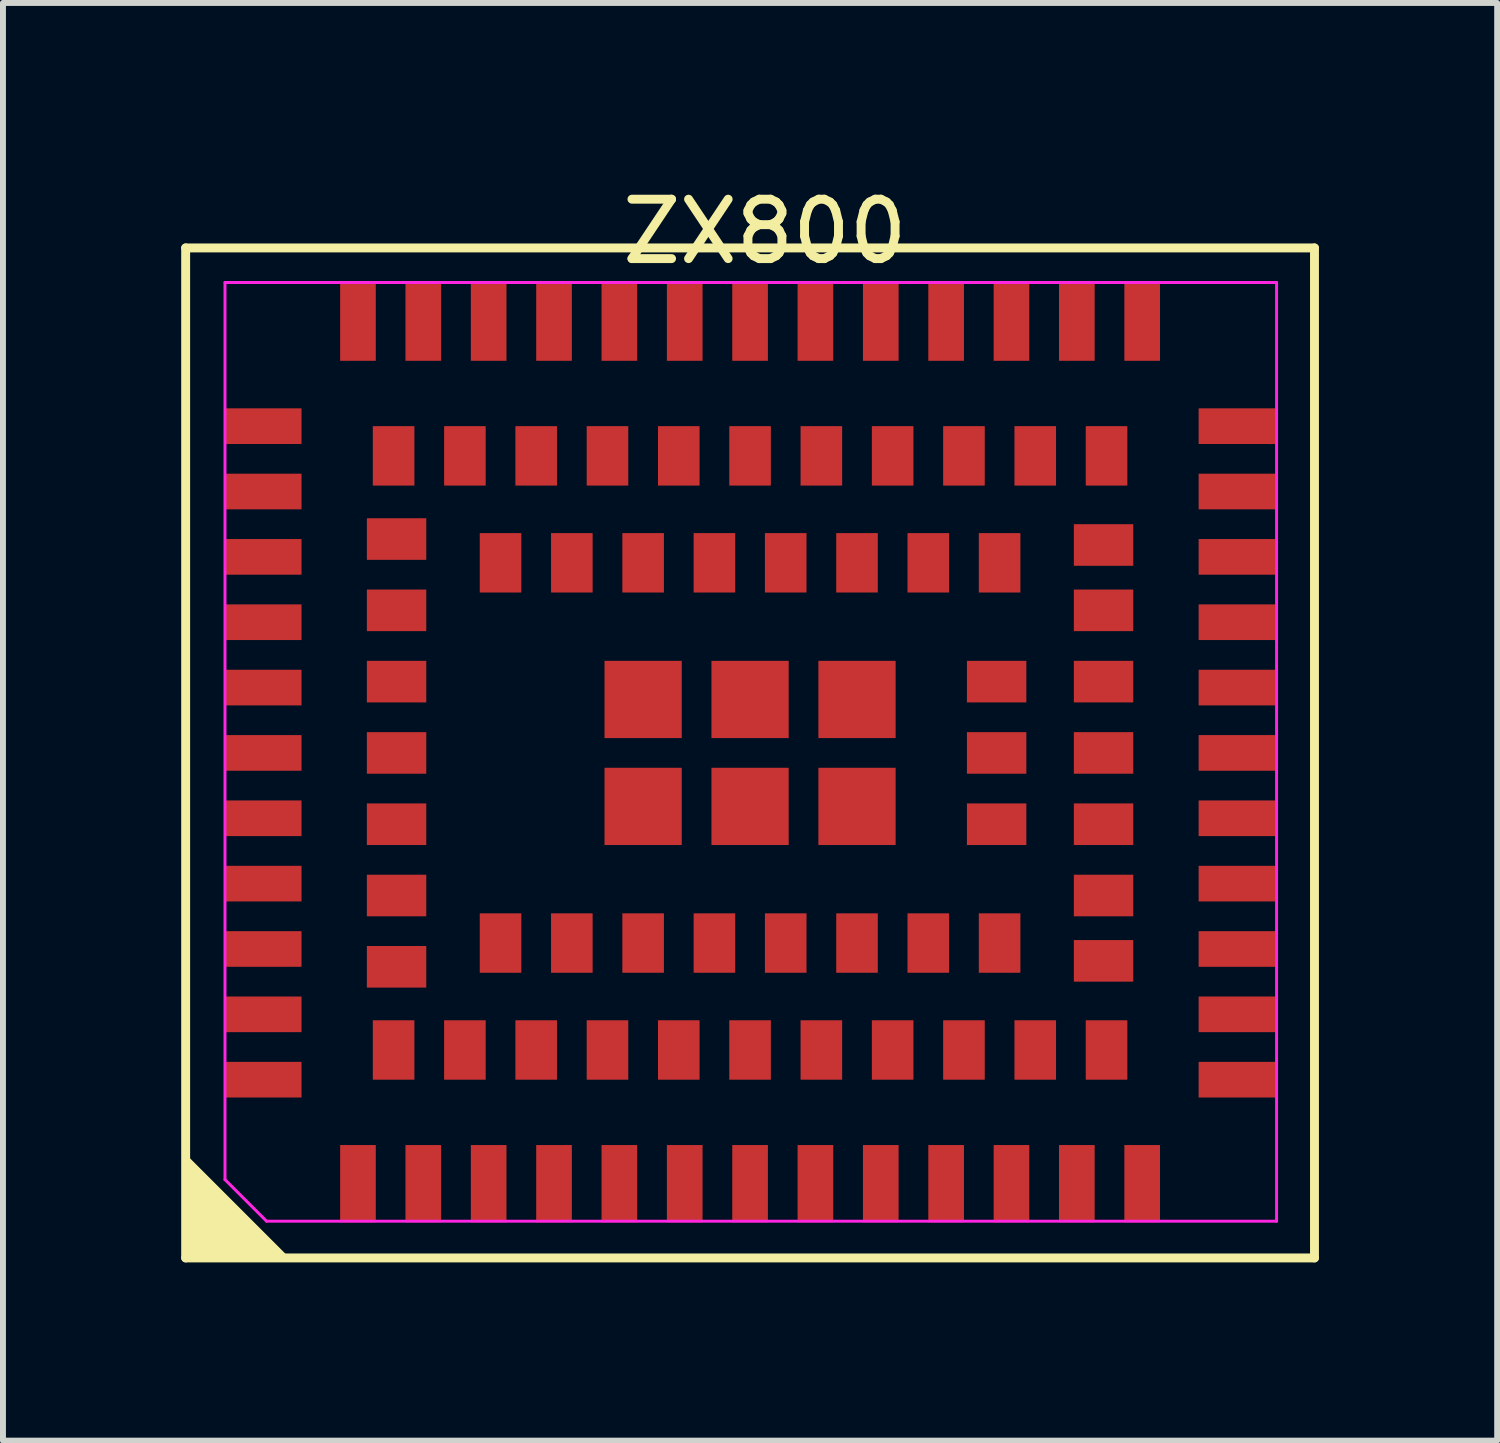
<source format=kicad_pcb>
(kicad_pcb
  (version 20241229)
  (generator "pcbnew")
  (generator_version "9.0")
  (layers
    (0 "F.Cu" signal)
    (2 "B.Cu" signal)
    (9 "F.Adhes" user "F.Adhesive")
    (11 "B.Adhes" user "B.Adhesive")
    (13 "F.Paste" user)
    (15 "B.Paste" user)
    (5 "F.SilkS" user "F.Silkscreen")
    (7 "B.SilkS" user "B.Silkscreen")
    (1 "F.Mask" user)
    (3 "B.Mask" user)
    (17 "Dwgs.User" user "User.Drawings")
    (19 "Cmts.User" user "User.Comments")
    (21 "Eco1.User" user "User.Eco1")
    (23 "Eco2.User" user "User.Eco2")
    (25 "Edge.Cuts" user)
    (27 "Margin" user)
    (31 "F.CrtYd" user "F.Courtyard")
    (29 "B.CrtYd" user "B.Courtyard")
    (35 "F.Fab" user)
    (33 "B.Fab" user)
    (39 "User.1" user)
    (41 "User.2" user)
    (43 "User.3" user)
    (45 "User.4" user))
  (footprint "ZX800"
    (layer "F.Cu")
    (at 9.825 9.873)
    (property "Reference" "ZX800" (at 0 -9.025 180) (layer "F.SilkS") (effects (font (size 1 1) (thickness 0.15))))
    (fp_line (start -9.75 -8.75) (end -9.75 8.25) (stroke (width 0.15) (type solid)) (layer "F.SilkS"))
    (fp_line (start 9.25 -8.75) (end -9.75 -8.75) (stroke (width 0.15) (type solid)) (layer "F.SilkS"))
    (fp_line (start 9.25 -8.75) (end 9.25 8.25) (stroke (width 0.15) (type solid)) (layer "F.SilkS"))
    (fp_line (start 9.25 8.25) (end -9.75 8.25) (stroke (width 0.15) (type solid)) (layer "F.SilkS"))
    (fp_poly (pts (xy -9.75 8.25) (xy -8 8.25) (xy -9.75 6.5)) (stroke (width 0) (type default)) (fill yes) (layer "F.SilkS"))
    (fp_poly (pts (xy -2.35 -1.25) (xy -2.31 -1.25) (xy -2.237 -1.28) (xy -2.18 -1.337) (xy -2.15 -1.41) (xy -2.15 -1.45) (xy -2.15 -1.49) (xy -2.18 -1.563) (xy -2.237 -1.62) (xy -2.31 -1.65) (xy -2.35 -1.65) (xy -2.39 -1.65) (xy -2.463 -1.62) (xy -2.52 -1.563) (xy -2.55 -1.49) (xy -2.55 -1.45) (xy -2.55 -1.41) (xy -2.52 -1.337) (xy -2.463 -1.28) (xy -2.39 -1.25)) (stroke (width 0) (type default)) (fill yes) (layer "F.Paste"))
    (fp_poly (pts (xy -2.35 -0.65) (xy -2.31 -0.65) (xy -2.237 -0.68) (xy -2.18 -0.737) (xy -2.15 -0.81) (xy -2.15 -0.85) (xy -2.15 -0.89) (xy -2.18 -0.963) (xy -2.237 -1.02) (xy -2.31 -1.05) (xy -2.35 -1.05) (xy -2.39 -1.05) (xy -2.463 -1.02) (xy -2.52 -0.963) (xy -2.55 -0.89) (xy -2.55 -0.85) (xy -2.55 -0.81) (xy -2.52 -0.737) (xy -2.463 -0.68) (xy -2.39 -0.65)) (stroke (width 0) (type default)) (fill yes) (layer "F.Paste"))
    (fp_poly (pts (xy -2.35 0.55) (xy -2.31 0.55) (xy -2.237 0.52) (xy -2.18 0.463) (xy -2.15 0.39) (xy -2.15 0.35) (xy -2.15 0.31) (xy -2.18 0.237) (xy -2.237 0.18) (xy -2.31 0.15) (xy -2.35 0.15) (xy -2.39 0.15) (xy -2.463 0.18) (xy -2.52 0.237) (xy -2.55 0.31) (xy -2.55 0.35) (xy -2.55 0.39) (xy -2.52 0.463) (xy -2.463 0.52) (xy -2.39 0.55)) (stroke (width 0) (type default)) (fill yes) (layer "F.Paste"))
    (fp_poly (pts (xy -2.35 1.15) (xy -2.31 1.15) (xy -2.237 1.12) (xy -2.18 1.063) (xy -2.15 0.99) (xy -2.15 0.95) (xy -2.15 0.91) (xy -2.18 0.837) (xy -2.237 0.78) (xy -2.31 0.75) (xy -2.35 0.75) (xy -2.39 0.75) (xy -2.463 0.78) (xy -2.52 0.837) (xy -2.55 0.91) (xy -2.55 0.95) (xy -2.55 0.99) (xy -2.52 1.063) (xy -2.463 1.12) (xy -2.39 1.15)) (stroke (width 0) (type default)) (fill yes) (layer "F.Paste"))
    (fp_poly (pts (xy -1.75 -1.25) (xy -1.71 -1.25) (xy -1.637 -1.28) (xy -1.58 -1.337) (xy -1.55 -1.41) (xy -1.55 -1.45) (xy -1.55 -1.49) (xy -1.58 -1.563) (xy -1.637 -1.62) (xy -1.71 -1.65) (xy -1.75 -1.65) (xy -1.79 -1.65) (xy -1.863 -1.62) (xy -1.92 -1.563) (xy -1.95 -1.49) (xy -1.95 -1.45) (xy -1.95 -1.41) (xy -1.92 -1.337) (xy -1.863 -1.28) (xy -1.79 -1.25)) (stroke (width 0) (type default)) (fill yes) (layer "F.Paste"))
    (fp_poly (pts (xy -1.75 -0.65) (xy -1.71 -0.65) (xy -1.637 -0.68) (xy -1.58 -0.737) (xy -1.55 -0.81) (xy -1.55 -0.85) (xy -1.55 -0.89) (xy -1.58 -0.963) (xy -1.637 -1.02) (xy -1.71 -1.05) (xy -1.75 -1.05) (xy -1.79 -1.05) (xy -1.863 -1.02) (xy -1.92 -0.963) (xy -1.95 -0.89) (xy -1.95 -0.85) (xy -1.95 -0.81) (xy -1.92 -0.737) (xy -1.863 -0.68) (xy -1.79 -0.65)) (stroke (width 0) (type default)) (fill yes) (layer "F.Paste"))
    (fp_poly (pts (xy -1.75 0.55) (xy -1.71 0.55) (xy -1.637 0.52) (xy -1.58 0.463) (xy -1.55 0.39) (xy -1.55 0.35) (xy -1.55 0.31) (xy -1.58 0.237) (xy -1.637 0.18) (xy -1.71 0.15) (xy -1.75 0.15) (xy -1.79 0.15) (xy -1.863 0.18) (xy -1.92 0.237) (xy -1.95 0.31) (xy -1.95 0.35) (xy -1.95 0.39) (xy -1.92 0.463) (xy -1.863 0.52) (xy -1.79 0.55)) (stroke (width 0) (type default)) (fill yes) (layer "F.Paste"))
    (fp_poly (pts (xy -1.75 1.15) (xy -1.71 1.15) (xy -1.637 1.12) (xy -1.58 1.063) (xy -1.55 0.99) (xy -1.55 0.95) (xy -1.55 0.91) (xy -1.58 0.837) (xy -1.637 0.78) (xy -1.71 0.75) (xy -1.75 0.75) (xy -1.79 0.75) (xy -1.863 0.78) (xy -1.92 0.837) (xy -1.95 0.91) (xy -1.95 0.95) (xy -1.95 0.99) (xy -1.92 1.063) (xy -1.863 1.12) (xy -1.79 1.15)) (stroke (width 0) (type default)) (fill yes) (layer "F.Paste"))
    (fp_poly (pts (xy -0.55 -1.25) (xy -0.51 -1.25) (xy -0.437 -1.28) (xy -0.38 -1.337) (xy -0.35 -1.41) (xy -0.35 -1.45) (xy -0.35 -1.49) (xy -0.38 -1.563) (xy -0.437 -1.62) (xy -0.51 -1.65) (xy -0.55 -1.65) (xy -0.59 -1.65) (xy -0.663 -1.62) (xy -0.72 -1.563) (xy -0.75 -1.49) (xy -0.75 -1.45) (xy -0.75 -1.41) (xy -0.72 -1.337) (xy -0.663 -1.28) (xy -0.59 -1.25)) (stroke (width 0) (type default)) (fill yes) (layer "F.Paste"))
    (fp_poly (pts (xy -0.55 -0.65) (xy -0.51 -0.65) (xy -0.437 -0.68) (xy -0.38 -0.737) (xy -0.35 -0.81) (xy -0.35 -0.85) (xy -0.35 -0.89) (xy -0.38 -0.963) (xy -0.437 -1.02) (xy -0.51 -1.05) (xy -0.55 -1.05) (xy -0.59 -1.05) (xy -0.663 -1.02) (xy -0.72 -0.963) (xy -0.75 -0.89) (xy -0.75 -0.85) (xy -0.75 -0.81) (xy -0.72 -0.737) (xy -0.663 -0.68) (xy -0.59 -0.65)) (stroke (width 0) (type default)) (fill yes) (layer "F.Paste"))
    (fp_poly (pts (xy -0.55 0.55) (xy -0.51 0.55) (xy -0.437 0.52) (xy -0.38 0.463) (xy -0.35 0.39) (xy -0.35 0.35) (xy -0.35 0.31) (xy -0.38 0.237) (xy -0.437 0.18) (xy -0.51 0.15) (xy -0.55 0.15) (xy -0.59 0.15) (xy -0.663 0.18) (xy -0.72 0.237) (xy -0.75 0.31) (xy -0.75 0.35) (xy -0.75 0.39) (xy -0.72 0.463) (xy -0.663 0.52) (xy -0.59 0.55)) (stroke (width 0) (type default)) (fill yes) (layer "F.Paste"))
    (fp_poly (pts (xy -0.55 1.15) (xy -0.51 1.15) (xy -0.437 1.12) (xy -0.38 1.063) (xy -0.35 0.99) (xy -0.35 0.95) (xy -0.35 0.91) (xy -0.38 0.837) (xy -0.437 0.78) (xy -0.51 0.75) (xy -0.55 0.75) (xy -0.59 0.75) (xy -0.663 0.78) (xy -0.72 0.837) (xy -0.75 0.91) (xy -0.75 0.95) (xy -0.75 0.99) (xy -0.72 1.063) (xy -0.663 1.12) (xy -0.59 1.15)) (stroke (width 0) (type default)) (fill yes) (layer "F.Paste"))
    (fp_poly (pts (xy 0.05 -1.25) (xy 0.09 -1.25) (xy 0.163 -1.28) (xy 0.22 -1.337) (xy 0.25 -1.41) (xy 0.25 -1.45) (xy 0.25 -1.49) (xy 0.22 -1.563) (xy 0.163 -1.62) (xy 0.09 -1.65) (xy 0.05 -1.65) (xy 0.01 -1.65) (xy -0.063 -1.62) (xy -0.12 -1.563) (xy -0.15 -1.49) (xy -0.15 -1.45) (xy -0.15 -1.41) (xy -0.12 -1.337) (xy -0.063 -1.28) (xy 0.01 -1.25)) (stroke (width 0) (type default)) (fill yes) (layer "F.Paste"))
    (fp_poly (pts (xy 0.05 -0.65) (xy 0.09 -0.65) (xy 0.163 -0.68) (xy 0.22 -0.737) (xy 0.25 -0.81) (xy 0.25 -0.85) (xy 0.25 -0.89) (xy 0.22 -0.963) (xy 0.163 -1.02) (xy 0.09 -1.05) (xy 0.05 -1.05) (xy 0.01 -1.05) (xy -0.063 -1.02) (xy -0.12 -0.963) (xy -0.15 -0.89) (xy -0.15 -0.85) (xy -0.15 -0.81) (xy -0.12 -0.737) (xy -0.063 -0.68) (xy 0.01 -0.65)) (stroke (width 0) (type default)) (fill yes) (layer "F.Paste"))
    (fp_poly (pts (xy 0.05 0.55) (xy 0.09 0.55) (xy 0.163 0.52) (xy 0.22 0.463) (xy 0.25 0.39) (xy 0.25 0.35) (xy 0.25 0.31) (xy 0.22 0.237) (xy 0.163 0.18) (xy 0.09 0.15) (xy 0.05 0.15) (xy 0.01 0.15) (xy -0.063 0.18) (xy -0.12 0.237) (xy -0.15 0.31) (xy -0.15 0.35) (xy -0.15 0.39) (xy -0.12 0.463) (xy -0.063 0.52) (xy 0.01 0.55)) (stroke (width 0) (type default)) (fill yes) (layer "F.Paste"))
    (fp_poly (pts (xy 0.05 1.15) (xy 0.09 1.15) (xy 0.163 1.12) (xy 0.22 1.063) (xy 0.25 0.99) (xy 0.25 0.95) (xy 0.25 0.91) (xy 0.22 0.837) (xy 0.163 0.78) (xy 0.09 0.75) (xy 0.05 0.75) (xy 0.01 0.75) (xy -0.063 0.78) (xy -0.12 0.837) (xy -0.15 0.91) (xy -0.15 0.95) (xy -0.15 0.99) (xy -0.12 1.063) (xy -0.063 1.12) (xy 0.01 1.15)) (stroke (width 0) (type default)) (fill yes) (layer "F.Paste"))
    (fp_poly (pts (xy 1.25 -1.25) (xy 1.29 -1.25) (xy 1.363 -1.28) (xy 1.42 -1.337) (xy 1.45 -1.41) (xy 1.45 -1.45) (xy 1.45 -1.49) (xy 1.42 -1.563) (xy 1.363 -1.62) (xy 1.29 -1.65) (xy 1.25 -1.65) (xy 1.21 -1.65) (xy 1.137 -1.62) (xy 1.08 -1.563) (xy 1.05 -1.49) (xy 1.05 -1.45) (xy 1.05 -1.41) (xy 1.08 -1.337) (xy 1.137 -1.28) (xy 1.21 -1.25)) (stroke (width 0) (type default)) (fill yes) (layer "F.Paste"))
    (fp_poly (pts (xy 1.25 -0.65) (xy 1.29 -0.65) (xy 1.363 -0.68) (xy 1.42 -0.737) (xy 1.45 -0.81) (xy 1.45 -0.85) (xy 1.45 -0.89) (xy 1.42 -0.963) (xy 1.363 -1.02) (xy 1.29 -1.05) (xy 1.25 -1.05) (xy 1.21 -1.05) (xy 1.137 -1.02) (xy 1.08 -0.963) (xy 1.05 -0.89) (xy 1.05 -0.85) (xy 1.05 -0.81) (xy 1.08 -0.737) (xy 1.137 -0.68) (xy 1.21 -0.65)) (stroke (width 0) (type default)) (fill yes) (layer "F.Paste"))
    (fp_poly (pts (xy 1.25 0.55) (xy 1.29 0.55) (xy 1.363 0.52) (xy 1.42 0.463) (xy 1.45 0.39) (xy 1.45 0.35) (xy 1.45 0.31) (xy 1.42 0.237) (xy 1.363 0.18) (xy 1.29 0.15) (xy 1.25 0.15) (xy 1.21 0.15) (xy 1.137 0.18) (xy 1.08 0.237) (xy 1.05 0.31) (xy 1.05 0.35) (xy 1.05 0.39) (xy 1.08 0.463) (xy 1.137 0.52) (xy 1.21 0.55)) (stroke (width 0) (type default)) (fill yes) (layer "F.Paste"))
    (fp_poly (pts (xy 1.25 1.15) (xy 1.29 1.15) (xy 1.363 1.12) (xy 1.42 1.063) (xy 1.45 0.99) (xy 1.45 0.95) (xy 1.45 0.91) (xy 1.42 0.837) (xy 1.363 0.78) (xy 1.29 0.75) (xy 1.25 0.75) (xy 1.21 0.75) (xy 1.137 0.78) (xy 1.08 0.837) (xy 1.05 0.91) (xy 1.05 0.95) (xy 1.05 0.99) (xy 1.08 1.063) (xy 1.137 1.12) (xy 1.21 1.15)) (stroke (width 0) (type default)) (fill yes) (layer "F.Paste"))
    (fp_poly (pts (xy 1.85 -1.25) (xy 1.89 -1.25) (xy 1.963 -1.28) (xy 2.02 -1.337) (xy 2.05 -1.41) (xy 2.05 -1.45) (xy 2.05 -1.49) (xy 2.02 -1.563) (xy 1.963 -1.62) (xy 1.89 -1.65) (xy 1.85 -1.65) (xy 1.81 -1.65) (xy 1.737 -1.62) (xy 1.68 -1.563) (xy 1.65 -1.49) (xy 1.65 -1.45) (xy 1.65 -1.41) (xy 1.68 -1.337) (xy 1.737 -1.28) (xy 1.81 -1.25)) (stroke (width 0) (type default)) (fill yes) (layer "F.Paste"))
    (fp_poly (pts (xy 1.85 -0.65) (xy 1.89 -0.65) (xy 1.963 -0.68) (xy 2.02 -0.737) (xy 2.05 -0.81) (xy 2.05 -0.85) (xy 2.05 -0.89) (xy 2.02 -0.963) (xy 1.963 -1.02) (xy 1.89 -1.05) (xy 1.85 -1.05) (xy 1.81 -1.05) (xy 1.737 -1.02) (xy 1.68 -0.963) (xy 1.65 -0.89) (xy 1.65 -0.85) (xy 1.65 -0.81) (xy 1.68 -0.737) (xy 1.737 -0.68) (xy 1.81 -0.65)) (stroke (width 0) (type default)) (fill yes) (layer "F.Paste"))
    (fp_poly (pts (xy 1.85 0.55) (xy 1.89 0.55) (xy 1.963 0.52) (xy 2.02 0.463) (xy 2.05 0.39) (xy 2.05 0.35) (xy 2.05 0.31) (xy 2.02 0.237) (xy 1.963 0.18) (xy 1.89 0.15) (xy 1.85 0.15) (xy 1.81 0.15) (xy 1.737 0.18) (xy 1.68 0.237) (xy 1.65 0.31) (xy 1.65 0.35) (xy 1.65 0.39) (xy 1.68 0.463) (xy 1.737 0.52) (xy 1.81 0.55)) (stroke (width 0) (type default)) (fill yes) (layer "F.Paste"))
    (fp_poly (pts (xy 1.85 1.15) (xy 1.89 1.15) (xy 1.963 1.12) (xy 2.02 1.063) (xy 2.05 0.99) (xy 2.05 0.95) (xy 2.05 0.91) (xy 2.02 0.837) (xy 1.963 0.78) (xy 1.89 0.75) (xy 1.85 0.75) (xy 1.81 0.75) (xy 1.737 0.78) (xy 1.68 0.837) (xy 1.65 0.91) (xy 1.65 0.95) (xy 1.65 0.99) (xy 1.68 1.063) (xy 1.737 1.12) (xy 1.81 1.15)) (stroke (width 0) (type default)) (fill yes) (layer "F.Paste"))
    (fp_line (start -9.088 6.932) (end -9.088 -8.168) (stroke (width 0.05) (type solid)) (layer "F.CrtYd"))
    (fp_line (start -8.388 7.632) (end -9.088 6.932) (stroke (width 0.05) (type solid)) (layer "F.CrtYd"))
    (fp_line (start 8.612 -8.168) (end -9.088 -8.168) (stroke (width 0.05) (type solid)) (layer "F.CrtYd"))
    (fp_line (start 8.612 7.632) (end -8.388 7.632) (stroke (width 0.05) (type solid)) (layer "F.CrtYd"))
    (fp_line (start 8.612 7.632) (end 8.612 -8.168) (stroke (width 0.05) (type solid)) (layer "F.CrtYd"))
    (pad "1" smd rect (at -6.85 7 90) (size 1.3 0.6) (layers "F.Cu" "F.Mask" "F.Paste"))
    (pad "2" smd rect (at -5.75 7 90) (size 1.3 0.6) (layers "F.Cu" "F.Mask" "F.Paste"))
    (pad "3" smd rect (at -4.65 7 90) (size 1.3 0.6) (layers "F.Cu" "F.Mask" "F.Paste"))
    (pad "4" smd rect (at -3.55 7 90) (size 1.3 0.6) (layers "F.Cu" "F.Mask" "F.Paste"))
    (pad "5" smd rect (at -2.45 7 90) (size 1.3 0.6) (layers "F.Cu" "F.Mask" "F.Paste"))
    (pad "6" smd rect (at -1.35 7 90) (size 1.3 0.6) (layers "F.Cu" "F.Mask" "F.Paste"))
    (pad "7" smd rect (at -0.25 7 90) (size 1.3 0.6) (layers "F.Cu" "F.Mask" "F.Paste"))
    (pad "8" smd rect (at 0.85 7 90) (size 1.3 0.6) (layers "F.Cu" "F.Mask" "F.Paste"))
    (pad "9" smd rect (at 1.95 7 90) (size 1.3 0.6) (layers "F.Cu" "F.Mask" "F.Paste"))
    (pad "10" smd rect (at 3.05 7 90) (size 1.3 0.6) (layers "F.Cu" "F.Mask" "F.Paste"))
    (pad "11" smd rect (at 4.15 7 90) (size 1.3 0.6) (layers "F.Cu" "F.Mask" "F.Paste"))
    (pad "12" smd rect (at 5.25 7 90) (size 1.3 0.6) (layers "F.Cu" "F.Mask" "F.Paste"))
    (pad "13" smd rect (at 6.35 7 90) (size 1.3 0.6) (layers "F.Cu" "F.Mask" "F.Paste"))
    (pad "14" smd rect (at 7.95 4.15 180) (size 1.3 0.6) (layers "F.Cu" "F.Mask" "F.Paste"))
    (pad "15" smd rect (at 7.95 3.05 180) (size 1.3 0.6) (layers "F.Cu" "F.Mask" "F.Paste"))
    (pad "16" smd rect (at 7.95 1.95 180) (size 1.3 0.6) (layers "F.Cu" "F.Mask" "F.Paste"))
    (pad "17" smd rect (at 7.95 0.85 180) (size 1.3 0.6) (layers "F.Cu" "F.Mask" "F.Paste"))
    (pad "18" smd rect (at 7.95 -0.25 180) (size 1.3 0.6) (layers "F.Cu" "F.Mask" "F.Paste"))
    (pad "19" smd rect (at 7.95 -1.35 180) (size 1.3 0.6) (layers "F.Cu" "F.Mask" "F.Paste"))
    (pad "20" smd rect (at 7.95 -2.45 180) (size 1.3 0.6) (layers "F.Cu" "F.Mask" "F.Paste"))
    (pad "21" smd rect (at 7.95 -3.55 180) (size 1.3 0.6) (layers "F.Cu" "F.Mask" "F.Paste"))
    (pad "22" smd rect (at 7.95 -4.65 180) (size 1.3 0.6) (layers "F.Cu" "F.Mask" "F.Paste"))
    (pad "23" smd rect (at 6.35 -7.5 90) (size 1.3 0.6) (layers "F.Cu" "F.Mask" "F.Paste"))
    (pad "24" smd rect (at 5.25 -7.5 90) (size 1.3 0.6) (layers "F.Cu" "F.Mask" "F.Paste"))
    (pad "25" smd rect (at 4.15 -7.5 90) (size 1.3 0.6) (layers "F.Cu" "F.Mask" "F.Paste"))
    (pad "26" smd rect (at 3.05 -7.5 90) (size 1.3 0.6) (layers "F.Cu" "F.Mask" "F.Paste"))
    (pad "27" smd rect (at 1.95 -7.5 90) (size 1.3 0.6) (layers "F.Cu" "F.Mask" "F.Paste"))
    (pad "28" smd rect (at 0.85 -7.5 90) (size 1.3 0.6) (layers "F.Cu" "F.Mask" "F.Paste"))
    (pad "29" smd rect (at -0.25 -7.5 90) (size 1.3 0.6) (layers "F.Cu" "F.Mask" "F.Paste"))
    (pad "30" smd rect (at -1.35 -7.5 90) (size 1.3 0.6) (layers "F.Cu" "F.Mask" "F.Paste"))
    (pad "31" smd rect (at -2.45 -7.5 90) (size 1.3 0.6) (layers "F.Cu" "F.Mask" "F.Paste"))
    (pad "32" smd rect (at -3.55 -7.5 90) (size 1.3 0.6) (layers "F.Cu" "F.Mask" "F.Paste"))
    (pad "33" smd rect (at -4.65 -7.5 90) (size 1.3 0.6) (layers "F.Cu" "F.Mask" "F.Paste"))
    (pad "34" smd rect (at -5.75 -7.5 90) (size 1.3 0.6) (layers "F.Cu" "F.Mask" "F.Paste"))
    (pad "35" smd rect (at -6.85 -7.5 90) (size 1.3 0.6) (layers "F.Cu" "F.Mask" "F.Paste"))
    (pad "36" smd rect (at -8.45 -4.65 180) (size 1.3 0.6) (layers "F.Cu" "F.Mask" "F.Paste"))
    (pad "37" smd rect (at -8.45 -3.55 180) (size 1.3 0.6) (layers "F.Cu" "F.Mask" "F.Paste"))
    (pad "38" smd rect (at -8.45 -2.45 180) (size 1.3 0.6) (layers "F.Cu" "F.Mask" "F.Paste"))
    (pad "39" smd rect (at -8.45 -1.35 180) (size 1.3 0.6) (layers "F.Cu" "F.Mask" "F.Paste"))
    (pad "40" smd rect (at -8.45 -0.25 180) (size 1.3 0.6) (layers "F.Cu" "F.Mask" "F.Paste"))
    (pad "41" smd rect (at -8.45 0.85 180) (size 1.3 0.6) (layers "F.Cu" "F.Mask" "F.Paste"))
    (pad "42" smd rect (at -8.45 1.95 180) (size 1.3 0.6) (layers "F.Cu" "F.Mask" "F.Paste"))
    (pad "43" smd rect (at -8.45 3.05 180) (size 1.3 0.6) (layers "F.Cu" "F.Mask" "F.Paste"))
    (pad "44" smd rect (at -8.45 4.15 180) (size 1.3 0.6) (layers "F.Cu" "F.Mask" "F.Paste"))
    (pad "45" smd rect (at -5.05 4.75 90) (size 1 0.7) (layers "F.Cu" "F.Mask" "F.Paste"))
    (pad "46" smd rect (at -3.85 4.75 90) (size 1 0.7) (layers "F.Cu" "F.Mask" "F.Paste"))
    (pad "47" smd rect (at -2.65 4.75 90) (size 1 0.7) (layers "F.Cu" "F.Mask" "F.Paste"))
    (pad "48" smd rect (at -1.45 4.75 90) (size 1 0.7) (layers "F.Cu" "F.Mask" "F.Paste"))
    (pad "49" smd rect (at -0.25 4.75 90) (size 1 0.7) (layers "F.Cu" "F.Mask" "F.Paste"))
    (pad "50" smd rect (at 0.95 4.75 90) (size 1 0.7) (layers "F.Cu" "F.Mask" "F.Paste"))
    (pad "51" smd rect (at 2.15 4.75 90) (size 1 0.7) (layers "F.Cu" "F.Mask" "F.Paste"))
    (pad "52" smd rect (at 3.35 4.75 90) (size 1 0.7) (layers "F.Cu" "F.Mask" "F.Paste"))
    (pad "53" smd rect (at 4.55 4.75 90) (size 1 0.7) (layers "F.Cu" "F.Mask" "F.Paste"))
    (pad "54" smd rect (at 5.7 2.15 180) (size 1 0.7) (layers "F.Cu" "F.Mask" "F.Paste"))
    (pad "55" smd rect (at 5.7 0.95 180) (size 1 0.7) (layers "F.Cu" "F.Mask" "F.Paste"))
    (pad "56" smd rect (at 5.7 -0.25 180) (size 1 0.7) (layers "F.Cu" "F.Mask" "F.Paste"))
    (pad "57" smd rect (at 5.7 -1.45 180) (size 1 0.7) (layers "F.Cu" "F.Mask" "F.Paste"))
    (pad "58" smd rect (at 5.7 -2.65 180) (size 1 0.7) (layers "F.Cu" "F.Mask" "F.Paste"))
    (pad "59" smd rect (at 4.55 -5.25 90) (size 1 0.7) (layers "F.Cu" "F.Mask" "F.Paste"))
    (pad "60" smd rect (at 3.35 -5.25 90) (size 1 0.7) (layers "F.Cu" "F.Mask" "F.Paste"))
    (pad "61" smd rect (at 2.15 -5.25 90) (size 1 0.7) (layers "F.Cu" "F.Mask" "F.Paste"))
    (pad "62" smd rect (at 0.95 -5.25 90) (size 1 0.7) (layers "F.Cu" "F.Mask" "F.Paste"))
    (pad "63" smd rect (at -0.25 -5.25 90) (size 1 0.7) (layers "F.Cu" "F.Mask" "F.Paste"))
    (pad "64" smd rect (at -1.45 -5.25 90) (size 1 0.7) (layers "F.Cu" "F.Mask" "F.Paste"))
    (pad "65" smd rect (at -2.65 -5.25 90) (size 1 0.7) (layers "F.Cu" "F.Mask" "F.Paste"))
    (pad "66" smd rect (at -3.85 -5.25 90) (size 1 0.7) (layers "F.Cu" "F.Mask" "F.Paste"))
    (pad "67" smd rect (at -5.05 -5.25 90) (size 1 0.7) (layers "F.Cu" "F.Mask" "F.Paste"))
    (pad "68" smd rect (at -6.2 -2.65 180) (size 1 0.7) (layers "F.Cu" "F.Mask" "F.Paste"))
    (pad "69" smd rect (at -6.2 -1.45 180) (size 1 0.7) (layers "F.Cu" "F.Mask" "F.Paste"))
    (pad "70" smd rect (at -6.2 -0.25 180) (size 1 0.7) (layers "F.Cu" "F.Mask" "F.Paste"))
    (pad "71" smd rect (at -6.2 0.95 180) (size 1 0.7) (layers "F.Cu" "F.Mask" "F.Paste"))
    (pad "72" smd rect (at -6.2 2.15 180) (size 1 0.7) (layers "F.Cu" "F.Mask" "F.Paste"))
    (pad "73" smd rect (at -4.45 2.95 90) (size 1 0.7) (layers "F.Cu" "F.Mask" "F.Paste"))
    (pad "74" smd rect (at -3.25 2.95 90) (size 1 0.7) (layers "F.Cu" "F.Mask" "F.Paste"))
    (pad "75" smd rect (at -2.05 2.95 90) (size 1 0.7) (layers "F.Cu" "F.Mask" "F.Paste"))
    (pad "76" smd rect (at -0.85 2.95 90) (size 1 0.7) (layers "F.Cu" "F.Mask" "F.Paste"))
    (pad "77" smd rect (at 0.35 2.95 90) (size 1 0.7) (layers "F.Cu" "F.Mask" "F.Paste"))
    (pad "78" smd rect (at 1.55 2.95 90) (size 1 0.7) (layers "F.Cu" "F.Mask" "F.Paste"))
    (pad "79" smd rect (at 2.75 2.95 90) (size 1 0.7) (layers "F.Cu" "F.Mask" "F.Paste"))
    (pad "80" smd rect (at 3.95 2.95 90) (size 1 0.7) (layers "F.Cu" "F.Mask" "F.Paste"))
    (pad "81" smd rect (at 3.95 -3.45 90) (size 1 0.7) (layers "F.Cu" "F.Mask" "F.Paste"))
    (pad "82" smd rect (at 2.75 -3.45 90) (size 1 0.7) (layers "F.Cu" "F.Mask" "F.Paste"))
    (pad "83" smd rect (at 1.55 -3.45 90) (size 1 0.7) (layers "F.Cu" "F.Mask" "F.Paste"))
    (pad "84" smd rect (at 0.35 -3.45 90) (size 1 0.7) (layers "F.Cu" "F.Mask" "F.Paste"))
    (pad "85" smd rect (at -0.85 -3.45 90) (size 1 0.7) (layers "F.Cu" "F.Mask" "F.Paste"))
    (pad "86" smd rect (at -2.05 -3.45 90) (size 1 0.7) (layers "F.Cu" "F.Mask" "F.Paste"))
    (pad "87" smd rect (at -3.25 -3.45 90) (size 1 0.7) (layers "F.Cu" "F.Mask" "F.Paste"))
    (pad "88" smd rect (at -4.45 -3.45 90) (size 1 0.7) (layers "F.Cu" "F.Mask" "F.Paste"))
    (pad "89" smd rect (at -2.05 0.65 90) (size 1.3 1.3) (layers "F.Cu" "F.Mask" "F.Paste"))
    (pad "90" smd rect (at -0.25 0.65 90) (size 1.3 1.3) (layers "F.Cu" "F.Mask" "F.Paste"))
    (pad "91" smd rect (at 1.55 0.65 90) (size 1.3 1.3) (layers "F.Cu" "F.Mask" "F.Paste"))
    (pad "92" smd rect (at 1.55 -1.15 90) (size 1.3 1.3) (layers "F.Cu" "F.Mask" "F.Paste"))
    (pad "93" smd rect (at -0.25 -1.15 90) (size 1.3 1.3) (layers "F.Cu" "F.Mask" "F.Paste"))
    (pad "94" smd rect (at -2.05 -1.15 90) (size 1.3 1.3) (layers "F.Cu" "F.Mask" "F.Paste"))
    (pad "95" smd rect (at 7.95 5.25 180) (size 1.3 0.6) (layers "F.Cu" "F.Mask" "F.Paste"))
    (pad "96" smd rect (at 7.95 -5.75 180) (size 1.3 0.6) (layers "F.Cu" "F.Mask" "F.Paste"))
    (pad "97" smd rect (at -8.45 -5.75 180) (size 1.3 0.6) (layers "F.Cu" "F.Mask" "F.Paste"))
    (pad "98" smd rect (at -8.45 5.25 180) (size 1.3 0.6) (layers "F.Cu" "F.Mask" "F.Paste"))
    (pad "99" smd rect (at -6.25 4.75 90) (size 1 0.7) (layers "F.Cu" "F.Mask" "F.Paste"))
    (pad "100" smd rect (at 5.75 4.75 90) (size 1 0.7) (layers "F.Cu" "F.Mask" "F.Paste"))
    (pad "101" smd rect (at 5.7 3.25 180) (size 1 0.7) (layers "F.Cu" "F.Mask" "F.Paste"))
    (pad "102" smd rect (at 5.7 -3.75 180) (size 1 0.7) (layers "F.Cu" "F.Mask" "F.Paste"))
    (pad "103" smd rect (at 5.75 -5.25 90) (size 1 0.7) (layers "F.Cu" "F.Mask" "F.Paste"))
    (pad "104" smd rect (at -6.25 -5.25 90) (size 1 0.7) (layers "F.Cu" "F.Mask" "F.Paste"))
    (pad "105" smd rect (at -6.2 -3.85 180) (size 1 0.7) (layers "F.Cu" "F.Mask" "F.Paste"))
    (pad "106" smd rect (at -6.2 3.35 180) (size 1 0.7) (layers "F.Cu" "F.Mask" "F.Paste"))
    (pad "107" smd rect (at 3.9 0.95 180) (size 1 0.7) (layers "F.Cu" "F.Mask" "F.Paste"))
    (pad "108" smd rect (at 3.9 -0.25 180) (size 1 0.7) (layers "F.Cu" "F.Mask" "F.Paste"))
    (pad "109" smd rect (at 3.9 -1.45 180) (size 1 0.7) (layers "F.Cu" "F.Mask" "F.Paste")))
  (gr_rect
    (start -3 -3)
    (end 22.15 21.198)
    (stroke (width 0.1) (type default))
    (fill no)
    (layer "Edge.Cuts")))
</source>
